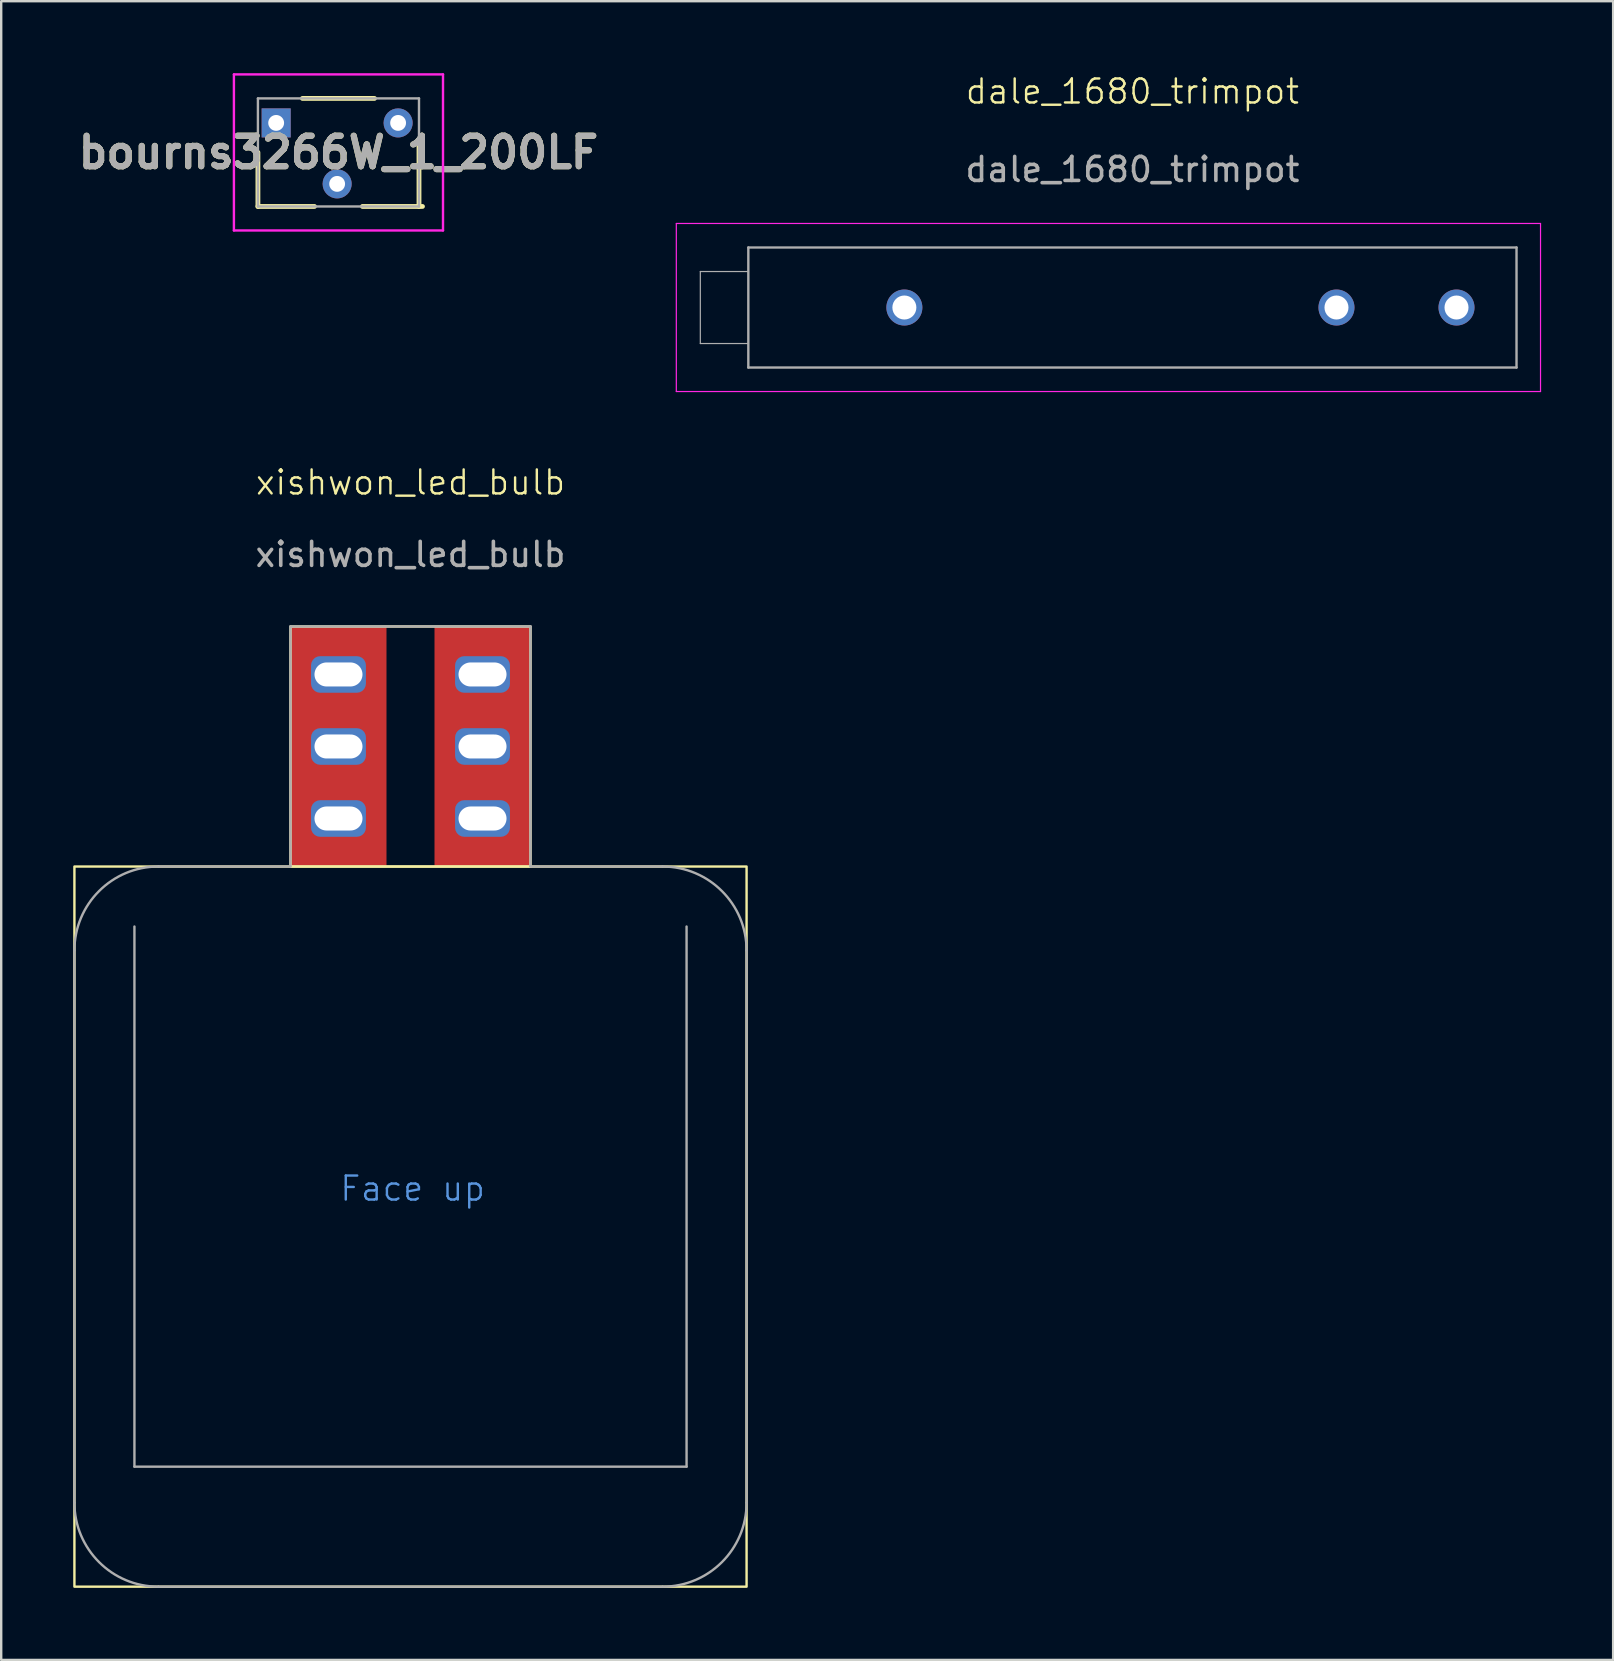
<source format=kicad_pcb>
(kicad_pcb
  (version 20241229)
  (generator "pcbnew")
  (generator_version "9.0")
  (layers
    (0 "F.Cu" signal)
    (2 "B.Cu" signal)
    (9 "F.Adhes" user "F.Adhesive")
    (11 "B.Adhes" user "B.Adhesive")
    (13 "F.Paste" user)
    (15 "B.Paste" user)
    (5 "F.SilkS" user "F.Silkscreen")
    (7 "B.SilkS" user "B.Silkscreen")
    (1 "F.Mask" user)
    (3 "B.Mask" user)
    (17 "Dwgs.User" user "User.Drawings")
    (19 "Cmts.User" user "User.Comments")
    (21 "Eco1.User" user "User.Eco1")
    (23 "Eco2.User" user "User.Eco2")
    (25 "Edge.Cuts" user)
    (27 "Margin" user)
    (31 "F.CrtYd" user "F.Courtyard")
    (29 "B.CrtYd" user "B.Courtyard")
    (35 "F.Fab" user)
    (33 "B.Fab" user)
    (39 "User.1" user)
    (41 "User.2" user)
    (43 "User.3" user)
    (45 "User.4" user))
  (footprint "xishwon_led_bulb"
    (layer "F.Cu")
    (at 14.05 48.046)
    (property "Reference" "xishwon_led_bulb" (at 0 -31 0) (unlocked yes) (layer "F.SilkS") (effects (font (size 1 1) (thickness 0.1))))
    (attr smd)
    (fp_rect (start -14 -15) (end 14 15) (stroke (width 0.1) (type default)) (fill no) (layer "F.SilkS"))
    (fp_rect (start -5 -25) (end 5 -15) (stroke (width 0.1) (type default)) (fill no) (layer "F.SilkS"))
    (fp_line (start -14 11.5) (end -14 -11.5) (stroke (width 0.1) (type default)) (layer "F.Fab"))
    (fp_line (start -11.5 -12.5) (end -11.5 10) (stroke (width 0.1) (type default)) (layer "F.Fab"))
    (fp_line (start -10.5 -15) (end -5 -15) (stroke (width 0.1) (type default)) (layer "F.Fab"))
    (fp_line (start -5 -25) (end -5 -15) (stroke (width 0.1) (type default)) (layer "F.Fab"))
    (fp_line (start -5 -25) (end 5 -25) (stroke (width 0.1) (type default)) (layer "F.Fab"))
    (fp_line (start 5 -25) (end 5 -15) (stroke (width 0.1) (type default)) (layer "F.Fab"))
    (fp_line (start 5 -15) (end 10.5 -15) (stroke (width 0.1) (type default)) (layer "F.Fab"))
    (fp_line (start 10.5 15) (end -10.5 15) (stroke (width 0.1) (type default)) (layer "F.Fab"))
    (fp_line (start 11.5 -12.5) (end 11.5 10) (stroke (width 0.1) (type default)) (layer "F.Fab"))
    (fp_line (start 11.5 10) (end -11.5 10) (stroke (width 0.1) (type default)) (layer "F.Fab"))
    (fp_line (start 14 -11.5) (end 14 11.5) (stroke (width 0.1) (type default)) (layer "F.Fab"))
    (fp_arc (start -14 -11.5) (mid -12.974874 -13.974874) (end -10.5 -15) (stroke (width 0.1) (type default)) (layer "F.Fab"))
    (fp_arc (start -10.5 15) (mid -12.974874 13.974874) (end -14 11.5) (stroke (width 0.1) (type default)) (layer "F.Fab"))
    (fp_arc (start 10.5 -15) (mid 12.974874 -13.974874) (end 14 -11.5) (stroke (width 0.1) (type default)) (layer "F.Fab"))
    (fp_arc (start 14 11.5) (mid 12.974874 13.974874) (end 10.5 15) (stroke (width 0.1) (type default)) (layer "F.Fab"))
    (fp_text user "Face up" (at -3 -1 0) (unlocked yes) (layer "Cmts.User") (effects (font (size 1 1) (thickness 0.1)) (justify left bottom)))
    (fp_text user "${REFERENCE}" (at 0 -28 0) (unlocked yes) (layer "F.Fab") (effects (font (size 1 1) (thickness 0.15))))
    (pad "1" thru_hole roundrect (at 3 -23) (size 2.286 1.524) (drill oval 2 1) (layers "*.Cu" "*.Mask") (roundrect_rratio 0.25))
    (pad "1" thru_hole roundrect (at 3 -20) (size 2.286 1.524) (drill oval 2 1) (layers "*.Cu" "*.Mask") (roundrect_rratio 0.25))
    (pad "1" smd rect (at 3 -20) (size 4 10) (layers "F.Cu" "F.Mask" "F.Paste"))
    (pad "1" thru_hole roundrect (at 3 -17) (size 2.286 1.524) (drill oval 2 1) (layers "*.Cu" "*.Mask") (roundrect_rratio 0.25))
    (pad "2" thru_hole roundrect (at -3 -23) (size 2.286 1.524) (drill oval 2 1) (layers "*.Cu" "*.Mask") (roundrect_rratio 0.25))
    (pad "2" thru_hole roundrect (at -3 -20) (size 2.286 1.524) (drill oval 2 1) (layers "*.Cu" "*.Mask") (roundrect_rratio 0.25))
    (pad "2" smd rect (at -3 -20) (size 4 10) (layers "F.Cu" "F.Mask" "F.Paste"))
    (pad "2" thru_hole roundrect (at -3 -17) (size 2.286 1.524) (drill oval 2 1) (layers "*.Cu" "*.Mask") (roundrect_rratio 0.25)))
  (footprint "bourns3266W_1_200LF"
    (layer "F.Cu")
    (at 8.454 2.07)
    (property "Reference" "bourns3266W_1_200LF" (at 2.595 1.23 0) (layer "F.SilkS") (effects (font (size 1.27 1.27) (thickness 0.254))))
    (attr through_hole)
    (fp_line (start -0.76 1.23) (end -0.76 3.48) (stroke (width 0.2) (type solid)) (layer "F.SilkS"))
    (fp_line (start -0.76 3.48) (end 1.595 3.48) (stroke (width 0.2) (type solid)) (layer "F.SilkS"))
    (fp_line (start 1.095 -1.02) (end 4.095 -1.02) (stroke (width 0.2) (type solid)) (layer "F.SilkS"))
    (fp_line (start 3.595 3.48) (end 6.095 3.48) (stroke (width 0.2) (type solid)) (layer "F.SilkS"))
    (fp_line (start 5.95 3.48) (end 5.95 0.98) (stroke (width 0.2) (type solid)) (layer "F.SilkS"))
    (fp_line (start -1.76 -2.02) (end 6.95 -2.02) (stroke (width 0.1) (type solid)) (layer "F.CrtYd"))
    (fp_line (start -1.76 4.48) (end -1.76 -2.02) (stroke (width 0.1) (type solid)) (layer "F.CrtYd"))
    (fp_line (start 6.95 -2.02) (end 6.95 4.48) (stroke (width 0.1) (type solid)) (layer "F.CrtYd"))
    (fp_line (start 6.95 4.48) (end -1.76 4.48) (stroke (width 0.1) (type solid)) (layer "F.CrtYd"))
    (fp_line (start -0.76 -1.02) (end -0.76 3.48) (stroke (width 0.1) (type solid)) (layer "F.Fab"))
    (fp_line (start -0.76 3.48) (end 5.95 3.48) (stroke (width 0.1) (type solid)) (layer "F.Fab"))
    (fp_line (start 5.95 -1.02) (end -0.76 -1.02) (stroke (width 0.1) (type solid)) (layer "F.Fab"))
    (fp_line (start 5.95 3.48) (end 5.95 -1.02) (stroke (width 0.1) (type solid)) (layer "F.Fab"))
    (fp_text user "${REFERENCE}" (at 2.595 1.23 0) (layer "F.Fab") (effects (font (size 1.27 1.27) (thickness 0.254))))
    (pad "1" thru_hole rect (at 0 0) (size 1.21 1.21) (drill 0.66) (layers "*.Cu" "*.Mask"))
    (pad "2" thru_hole circle (at 2.54 2.54) (size 1.21 1.21) (drill 0.66) (layers "*.Cu" "*.Mask"))
    (pad "3" thru_hole circle (at 5.08 0) (size 1.21 1.21) (drill 0.66) (layers "*.Cu" "*.Mask")))
  (footprint "dale_1680_trimpot"
    (layer "F.Cu")
    (at 44.123 1.26)
    (property "Reference" "dale_1680_trimpot" (at 0 -0.5 0) (unlocked yes) (layer "F.SilkS") (effects (font (size 1 1) (thickness 0.1))))
    (attr through_hole)
    (fp_line (start -19 5) (end 17 5) (stroke (width 0.05) (type default)) (layer "F.CrtYd"))
    (fp_line (start -19 12) (end -19 5) (stroke (width 0.05) (type default)) (layer "F.CrtYd"))
    (fp_line (start 17 5) (end 17 12) (stroke (width 0.05) (type default)) (layer "F.CrtYd"))
    (fp_line (start 17 12) (end -19 12) (stroke (width 0.05) (type default)) (layer "F.CrtYd"))
    (fp_line (start -18 7) (end -18 10) (stroke (width 0.05) (type default)) (layer "F.Fab"))
    (fp_line (start -18 10) (end -16 10) (stroke (width 0.05) (type default)) (layer "F.Fab"))
    (fp_line (start -16 7) (end -18 7) (stroke (width 0.05) (type default)) (layer "F.Fab"))
    (fp_line (start -16 11) (end -16 6) (stroke (width 0.1) (type default)) (layer "F.Fab"))
    (fp_line (start 16 6) (end -16 6) (stroke (width 0.1) (type default)) (layer "F.Fab"))
    (fp_line (start 16 11) (end -16 11) (stroke (width 0.1) (type default)) (layer "F.Fab"))
    (fp_line (start 16 11) (end 16 6) (stroke (width 0.1) (type default)) (layer "F.Fab"))
    (fp_text user "${REFERENCE}" (at 0 2.75 0) (unlocked yes) (layer "F.Fab") (effects (font (size 1 1) (thickness 0.15))))
    (pad "1" thru_hole circle (at -9.5 8.5) (size 1.5 1.5) (drill 1) (layers "*.Cu" "*.Mask"))
    (pad "2" thru_hole circle (at 8.5 8.5) (size 1.5 1.5) (drill 1) (layers "*.Cu" "*.Mask"))
    (pad "3" thru_hole circle (at 13.5 8.5) (size 1.5 1.5) (drill 1) (layers "*.Cu" "*.Mask")))
  (gr_rect
    (start -3 -3)
    (end 64.148 66.096)
    (stroke (width 0.1) (type default))
    (fill no)
    (layer "Edge.Cuts")))
</source>
